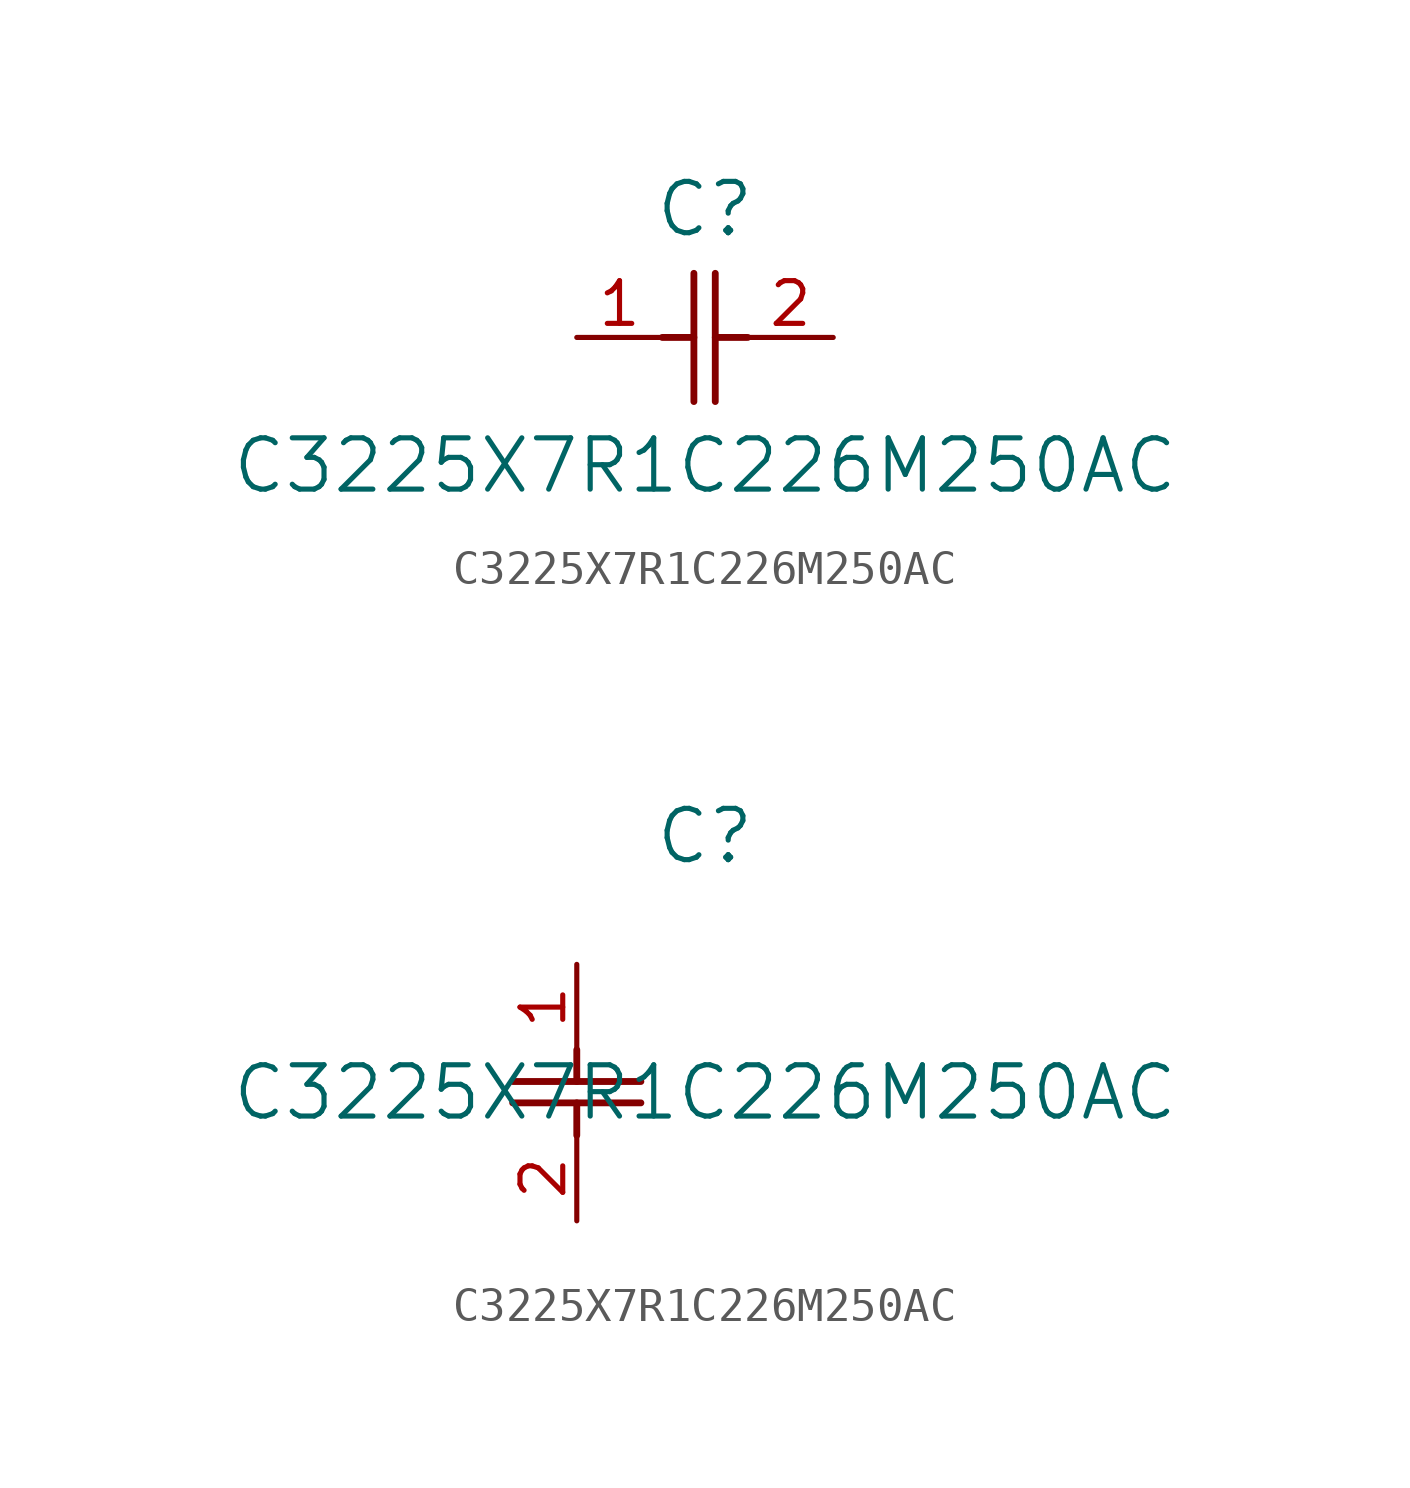
<source format=kicad_sym>
(kicad_symbol_lib
  (version 20211014)
  (generator kicad_symbol_editor)
  (symbol "C3225X7R1C226M250AC"
    (pin_names
      (offset 0.254))
    (property "Reference" "C"
      (at 3.81 3.81 0)
      (effects (font (size 1.524 1.524))))
    (property "Value" "C3225X7R1C226M250AC"
      (at 3.81 -3.81 0)
      (effects (font (size 1.524 1.524))))
    (symbol "C3225X7R1C226M250AC_1_1"
      (polyline (pts (xy 3.48 -1.905) (xy 3.48 1.905)) (stroke (width 0.203) (type default) (color 0 0 0 0)) (fill (type none)))
      (polyline (pts (xy 4.115 -1.905) (xy 4.115 1.905)) (stroke (width 0.203) (type default) (color 0 0 0 0)) (fill (type none)))
      (polyline (pts (xy 4.115 0) (xy 5.08 0)) (stroke (width 0.203) (type default) (color 0 0 0 0)) (fill (type none)))
      (polyline (pts (xy 2.54 0) (xy 3.48 0)) (stroke (width 0.203) (type default) (color 0 0 0 0)) (fill (type none)))
      (pin unspecified line (at 0 0 0) (length 2.54) (name "" (effects (font (size 1.27 1.27)))) (number "1" (effects (font (size 1.27 1.27)))))
      (pin unspecified line (at 7.62 0 180) (length 2.54) (name "" (effects (font (size 1.27 1.27)))) (number "2" (effects (font (size 1.27 1.27))))))
    (symbol "C3225X7R1C226M250AC_1_2"
      (polyline (pts (xy -1.905 -3.48) (xy 1.905 -3.48)) (stroke (width 0.203) (type default) (color 0 0 0 0)) (fill (type none)))
      (polyline (pts (xy -1.905 -4.115) (xy 1.905 -4.115)) (stroke (width 0.203) (type default) (color 0 0 0 0)) (fill (type none)))
      (polyline (pts (xy 0 -4.115) (xy 0 -5.08)) (stroke (width 0.203) (type default) (color 0 0 0 0)) (fill (type none)))
      (polyline (pts (xy 0 -2.54) (xy 0 -3.48)) (stroke (width 0.203) (type default) (color 0 0 0 0)) (fill (type none)))
      (pin unspecified line (at 0 0 270) (length 2.54) (name "" (effects (font (size 1.27 1.27)))) (number "1" (effects (font (size 1.27 1.27)))))
      (pin unspecified line (at 0 -7.62 90) (length 2.54) (name "" (effects (font (size 1.27 1.27)))) (number "2" (effects (font (size 1.27 1.27))))))))
</source>
